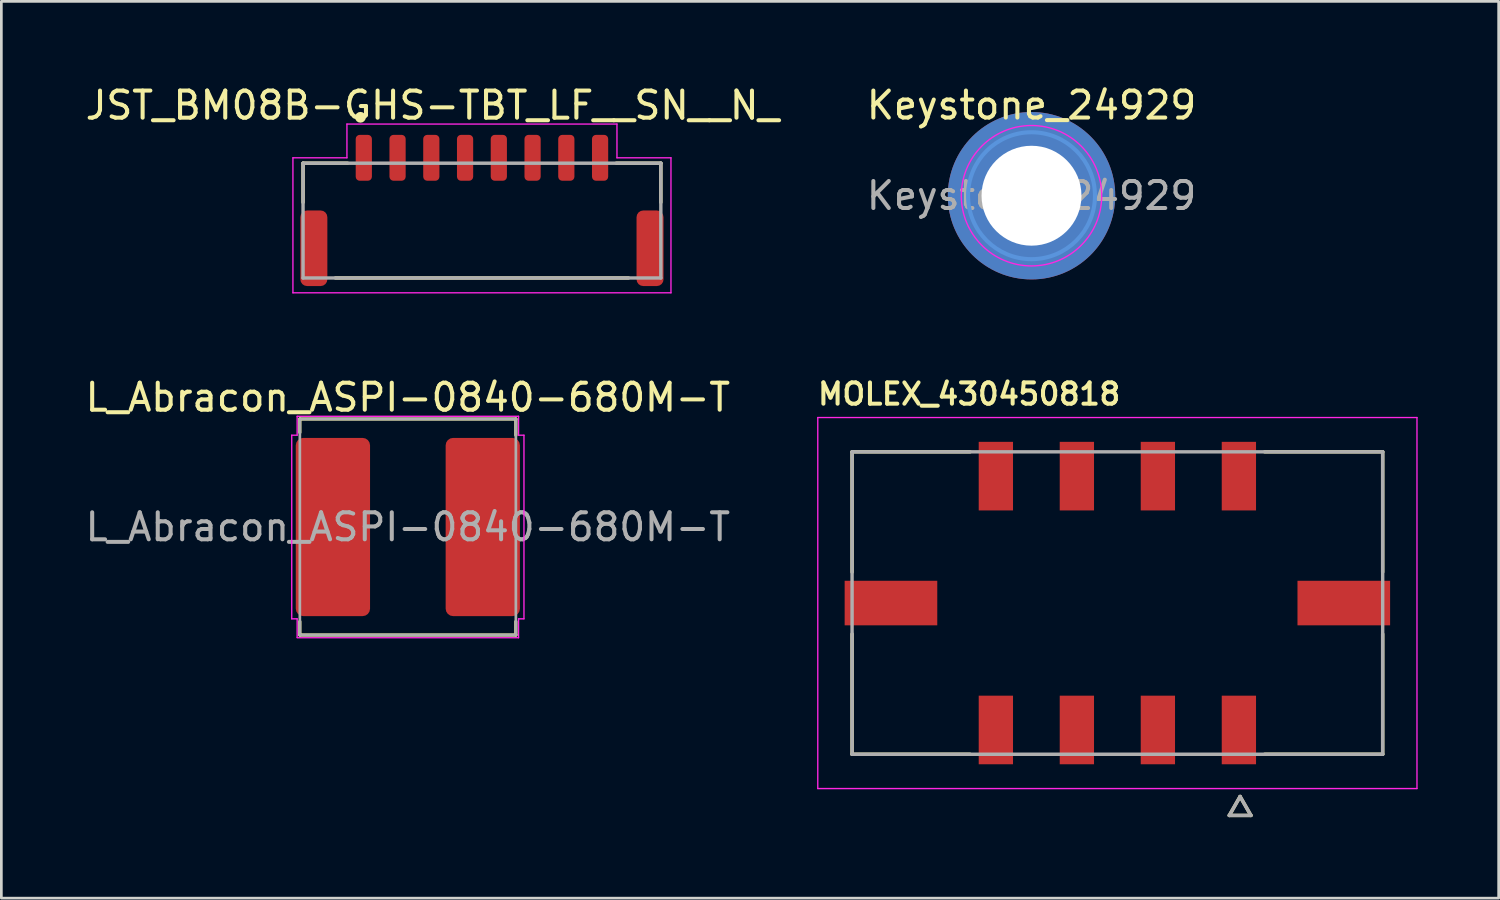
<source format=kicad_pcb>
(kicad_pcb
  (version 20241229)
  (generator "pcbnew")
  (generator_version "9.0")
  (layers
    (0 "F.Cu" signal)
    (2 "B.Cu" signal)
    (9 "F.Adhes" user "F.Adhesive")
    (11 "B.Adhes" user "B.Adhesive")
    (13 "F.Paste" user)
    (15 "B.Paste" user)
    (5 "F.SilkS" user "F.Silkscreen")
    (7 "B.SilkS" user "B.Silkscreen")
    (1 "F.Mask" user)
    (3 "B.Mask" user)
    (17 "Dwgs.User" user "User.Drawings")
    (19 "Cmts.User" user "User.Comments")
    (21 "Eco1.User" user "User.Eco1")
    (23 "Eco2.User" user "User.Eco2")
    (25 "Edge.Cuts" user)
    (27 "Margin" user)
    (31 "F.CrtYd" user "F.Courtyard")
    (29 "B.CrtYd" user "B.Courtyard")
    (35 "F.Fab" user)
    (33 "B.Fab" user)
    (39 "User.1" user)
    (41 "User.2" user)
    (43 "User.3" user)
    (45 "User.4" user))
  (footprint "L_Abracon_ASPI-0840-680M-T"
    (layer "F.Cu")
    (at 12.054 16.467)
    (property "Reference" "L_Abracon_ASPI-0840-680M-T" (at 0 -4.8 0) (layer "F.SilkS") (effects (font (size 1 1) (thickness 0.15))))
    (attr smd)
    (fp_line (start -4 -4) (end -4 -3.5) (stroke (width 0.12) (type solid)) (layer "F.SilkS"))
    (fp_line (start -4 4) (end -4 3.5) (stroke (width 0.12) (type solid)) (layer "F.SilkS"))
    (fp_line (start -4 4) (end 4 4) (stroke (width 0.12) (type solid)) (layer "F.SilkS"))
    (fp_line (start 4 -4) (end -4 -4) (stroke (width 0.12) (type solid)) (layer "F.SilkS"))
    (fp_line (start 4 -4) (end 4 -3.4) (stroke (width 0.12) (type solid)) (layer "F.SilkS"))
    (fp_line (start 4 4) (end 4 3.5) (stroke (width 0.12) (type solid)) (layer "F.SilkS"))
    (fp_line (start -4.3 -3.4) (end -4.3 3.4) (stroke (width 0.05) (type solid)) (layer "F.CrtYd"))
    (fp_line (start -4.3 3.4) (end -4.1 3.4) (stroke (width 0.05) (type solid)) (layer "F.CrtYd"))
    (fp_line (start -4.1 -4.1) (end -4.1 -3.4) (stroke (width 0.05) (type solid)) (layer "F.CrtYd"))
    (fp_line (start -4.1 -3.4) (end -4.3 -3.4) (stroke (width 0.05) (type solid)) (layer "F.CrtYd"))
    (fp_line (start -4.1 3.4) (end -4.1 4.09) (stroke (width 0.05) (type solid)) (layer "F.CrtYd"))
    (fp_line (start -4.1 4.1) (end 4.1 4.1) (stroke (width 0.05) (type solid)) (layer "F.CrtYd"))
    (fp_line (start 4.1 -4.1) (end -4.1 -4.1) (stroke (width 0.05) (type solid)) (layer "F.CrtYd"))
    (fp_line (start 4.1 -3.4) (end 4.1 -4.1) (stroke (width 0.05) (type solid)) (layer "F.CrtYd"))
    (fp_line (start 4.1 3.4) (end 4.3 3.4) (stroke (width 0.05) (type solid)) (layer "F.CrtYd"))
    (fp_line (start 4.1 4.1) (end 4.1 3.4) (stroke (width 0.05) (type solid)) (layer "F.CrtYd"))
    (fp_line (start 4.3 -3.4) (end 4.1 -3.4) (stroke (width 0.05) (type solid)) (layer "F.CrtYd"))
    (fp_line (start 4.3 3.4) (end 4.3 -3.4) (stroke (width 0.05) (type solid)) (layer "F.CrtYd"))
    (fp_line (start -4 -4) (end 4 -4) (stroke (width 0.1) (type solid)) (layer "F.Fab"))
    (fp_line (start -4 4) (end -4 -4) (stroke (width 0.1) (type solid)) (layer "F.Fab"))
    (fp_line (start 4 -4) (end 4 4) (stroke (width 0.1) (type solid)) (layer "F.Fab"))
    (fp_line (start 4 4) (end -4 4) (stroke (width 0.1) (type solid)) (layer "F.Fab"))
    (fp_text user "${REFERENCE}" (at 0 0 0) (layer "F.Fab") (effects (font (size 1 1) (thickness 0.15))))
    (pad "1" smd roundrect (at -2.775 0) (size 2.75 6.6) (layers "F.Cu" "F.Mask" "F.Paste") (roundrect_rratio 0.1))
    (pad "2" smd roundrect (at 2.775 0) (size 2.75 6.6) (layers "F.Cu" "F.Mask" "F.Paste") (roundrect_rratio 0.1)))
  (footprint "Keystone_24929"
    (layer "F.Cu")
    (at 35.15 4.198)
    (property "Reference" "Keystone_24929" (at 0 -3.35 0) (layer "F.SilkS") (effects (font (size 1 1) (thickness 0.15))))
    (fp_circle (center 0 0) (end 2.35 0) (stroke (width 0.15) (type solid)) (fill no) (layer "Cmts.User"))
    (fp_circle (center 0 0) (end 2.6 0) (stroke (width 0.05) (type solid)) (fill no) (layer "F.CrtYd"))
    (fp_text user "${REFERENCE}" (at 0 0 0) (layer "F.Fab") (effects (font (size 1 1) (thickness 0.15))))
    (pad "1" thru_hole circle (at 0 0) (size 6.2 6.2) (drill 3.7) (layers "*.Cu" "*.Mask")))
  (footprint "JST_BM08B-GHS-TBT_LF__SN__N_"
    (layer "F.Cu")
    (at 14.798 2.794)
    (property "Reference" "JST_BM08B-GHS-TBT_LF__SN__N_" (at -1.833 -1.943 0) (layer "F.SilkS") (effects (font (size 1.004 1.004) (thickness 0.15))))
    (attr smd)
    (fp_line (start -6.625 0.2) (end -4.975 0.2) (stroke (width 0.127) (type solid)) (layer "F.SilkS"))
    (fp_line (start -6.625 1.65) (end -6.625 0.2) (stroke (width 0.127) (type solid)) (layer "F.SilkS"))
    (fp_line (start -5.425 4.45) (end 5.425 4.45) (stroke (width 0.127) (type solid)) (layer "F.SilkS"))
    (fp_line (start 4.975 0.2) (end 6.625 0.2) (stroke (width 0.127) (type solid)) (layer "F.SilkS"))
    (fp_line (start 6.625 1.65) (end 6.625 0.2) (stroke (width 0.127) (type solid)) (layer "F.SilkS"))
    (fp_circle (center -4.5 -1.5) (end -4.4 -1.5) (stroke (width 0.2) (type solid)) (fill no) (layer "F.SilkS"))
    (fp_line (start -7 0) (end -7 5) (stroke (width 0.05) (type solid)) (layer "F.CrtYd"))
    (fp_line (start -7 5) (end 7 5) (stroke (width 0.05) (type solid)) (layer "F.CrtYd"))
    (fp_line (start -5 -1.25) (end -5 0) (stroke (width 0.05) (type solid)) (layer "F.CrtYd"))
    (fp_line (start -5 0) (end -7 0) (stroke (width 0.05) (type solid)) (layer "F.CrtYd"))
    (fp_line (start 5 -1.25) (end -5 -1.25) (stroke (width 0.05) (type solid)) (layer "F.CrtYd"))
    (fp_line (start 5 0) (end 5 -1.25) (stroke (width 0.05) (type solid)) (layer "F.CrtYd"))
    (fp_line (start 7 0) (end 5 0) (stroke (width 0.05) (type solid)) (layer "F.CrtYd"))
    (fp_line (start 7 5) (end 7 0) (stroke (width 0.05) (type solid)) (layer "F.CrtYd"))
    (fp_line (start -6.625 0.2) (end 6.625 0.2) (stroke (width 0.127) (type solid)) (layer "F.Fab"))
    (fp_line (start -6.625 4.45) (end -6.625 0.2) (stroke (width 0.127) (type solid)) (layer "F.Fab"))
    (fp_line (start 6.625 0.2) (end 6.625 4.45) (stroke (width 0.127) (type solid)) (layer "F.Fab"))
    (fp_line (start 6.625 4.45) (end -6.625 4.45) (stroke (width 0.127) (type solid)) (layer "F.Fab"))
    (pad "1" smd roundrect (at -4.375 0) (size 0.6 1.7) (layers "F.Cu" "F.Mask" "F.Paste") (roundrect_rratio 0.25))
    (pad "2" smd roundrect (at -3.125 0) (size 0.6 1.7) (layers "F.Cu" "F.Mask" "F.Paste") (roundrect_rratio 0.25))
    (pad "3" smd roundrect (at -1.875 0) (size 0.6 1.7) (layers "F.Cu" "F.Mask" "F.Paste") (roundrect_rratio 0.25))
    (pad "4" smd roundrect (at -0.625 0) (size 0.6 1.7) (layers "F.Cu" "F.Mask" "F.Paste") (roundrect_rratio 0.25))
    (pad "5" smd roundrect (at 0.625 0) (size 0.6 1.7) (layers "F.Cu" "F.Mask" "F.Paste") (roundrect_rratio 0.25))
    (pad "6" smd roundrect (at 1.875 0) (size 0.6 1.7) (layers "F.Cu" "F.Mask" "F.Paste") (roundrect_rratio 0.25))
    (pad "7" smd roundrect (at 3.125 0) (size 0.6 1.7) (layers "F.Cu" "F.Mask" "F.Paste") (roundrect_rratio 0.25))
    (pad "8" smd roundrect (at 4.375 0) (size 0.6 1.7) (layers "F.Cu" "F.Mask" "F.Paste") (roundrect_rratio 0.25))
    (pad "MP" smd roundrect (at -6.225 3.35) (size 1 2.8) (layers "F.Cu" "F.Mask" "F.Paste") (roundrect_rratio 0.25))
    (pad "MP" smd roundrect (at 6.225 3.35) (size 1 2.8) (layers "F.Cu" "F.Mask" "F.Paste") (roundrect_rratio 0.25)))
  (footprint "MOLEX_430450818"
    (layer "F.Cu")
    (at 38.33 19.283)
    (property "Reference" "MOLEX_430450818" (at -5.49 -7.74 0) (layer "F.SilkS") (effects (font (size 0.787 0.787) (thickness 0.15))))
    (attr smd)
    (fp_poly (pts (xy -10.176 -0.901) (xy -6.594 -0.901) (xy -6.594 0.901) (xy -10.176 0.901)) (stroke (width 0.01) (type solid)) (fill yes) (layer "F.Mask"))
    (fp_poly (pts (xy -5.211 -6.046) (xy -3.789 -6.046) (xy -3.789 -3.354) (xy -5.211 -3.354)) (stroke (width 0.01) (type solid)) (fill yes) (layer "F.Mask"))
    (fp_poly (pts (xy -5.211 3.354) (xy -3.789 3.354) (xy -3.789 6.046) (xy -5.211 6.046)) (stroke (width 0.01) (type solid)) (fill yes) (layer "F.Mask"))
    (fp_poly (pts (xy -2.211 -6.046) (xy -0.789 -6.046) (xy -0.789 -3.354) (xy -2.211 -3.354)) (stroke (width 0.01) (type solid)) (fill yes) (layer "F.Mask"))
    (fp_poly (pts (xy -2.211 3.354) (xy -0.789 3.354) (xy -0.789 6.046) (xy -2.211 6.046)) (stroke (width 0.01) (type solid)) (fill yes) (layer "F.Mask"))
    (fp_poly (pts (xy 0.789 -6.046) (xy 2.211 -6.046) (xy 2.211 -3.354) (xy 0.789 -3.354)) (stroke (width 0.01) (type solid)) (fill yes) (layer "F.Mask"))
    (fp_poly (pts (xy 0.789 3.354) (xy 2.211 3.354) (xy 2.211 6.046) (xy 0.789 6.046)) (stroke (width 0.01) (type solid)) (fill yes) (layer "F.Mask"))
    (fp_poly (pts (xy 3.789 -6.046) (xy 5.211 -6.046) (xy 5.211 -3.354) (xy 3.789 -3.354)) (stroke (width 0.01) (type solid)) (fill yes) (layer "F.Mask"))
    (fp_poly (pts (xy 3.789 3.354) (xy 5.211 3.354) (xy 5.211 6.046) (xy 3.789 6.046)) (stroke (width 0.01) (type solid)) (fill yes) (layer "F.Mask"))
    (fp_poly (pts (xy 6.594 -0.901) (xy 10.176 -0.901) (xy 10.176 0.901) (xy 6.594 0.901)) (stroke (width 0.01) (type solid)) (fill yes) (layer "F.Mask"))
    (fp_line (start -9.825 -5.6) (end -9.825 -1.145) (stroke (width 0.127) (type solid)) (layer "F.SilkS"))
    (fp_line (start -9.825 1.145) (end -9.825 5.6) (stroke (width 0.127) (type solid)) (layer "F.SilkS"))
    (fp_line (start -9.825 5.6) (end -5.455 5.6) (stroke (width 0.127) (type solid)) (layer "F.SilkS"))
    (fp_line (start -5.455 -5.6) (end -9.825 -5.6) (stroke (width 0.127) (type solid)) (layer "F.SilkS"))
    (fp_line (start 4.145 7.865) (end 4.945 7.865) (stroke (width 0.127) (type solid)) (layer "F.SilkS"))
    (fp_line (start 4.545 7.165) (end 4.145 7.865) (stroke (width 0.127) (type solid)) (layer "F.SilkS"))
    (fp_line (start 4.945 7.865) (end 4.545 7.165) (stroke (width 0.127) (type solid)) (layer "F.SilkS"))
    (fp_line (start 5.455 5.6) (end 9.825 5.6) (stroke (width 0.127) (type solid)) (layer "F.SilkS"))
    (fp_line (start 9.825 -5.6) (end 5.455 -5.6) (stroke (width 0.127) (type solid)) (layer "F.SilkS"))
    (fp_line (start 9.825 -1.145) (end 9.825 -5.6) (stroke (width 0.127) (type solid)) (layer "F.SilkS"))
    (fp_line (start 9.825 5.6) (end 9.825 1.145) (stroke (width 0.127) (type solid)) (layer "F.SilkS"))
    (fp_line (start -11.095 -6.87) (end -11.095 6.87) (stroke (width 0.05) (type solid)) (layer "F.CrtYd"))
    (fp_line (start -11.095 6.87) (end 11.095 6.87) (stroke (width 0.05) (type solid)) (layer "F.CrtYd"))
    (fp_line (start 11.095 -6.87) (end -11.095 -6.87) (stroke (width 0.05) (type solid)) (layer "F.CrtYd"))
    (fp_line (start 11.095 6.87) (end 11.095 -6.87) (stroke (width 0.05) (type solid)) (layer "F.CrtYd"))
    (fp_line (start -9.825 -5.6) (end 9.825 -5.6) (stroke (width 0.127) (type solid)) (layer "F.Fab"))
    (fp_line (start -9.825 5.6) (end -9.825 -5.6) (stroke (width 0.127) (type solid)) (layer "F.Fab"))
    (fp_line (start 4.145 7.865) (end 4.945 7.865) (stroke (width 0.127) (type solid)) (layer "F.Fab"))
    (fp_line (start 4.545 7.165) (end 4.145 7.865) (stroke (width 0.127) (type solid)) (layer "F.Fab"))
    (fp_line (start 4.945 7.865) (end 4.545 7.165) (stroke (width 0.127) (type solid)) (layer "F.Fab"))
    (fp_line (start 9.825 -5.6) (end 9.825 5.6) (stroke (width 0.127) (type solid)) (layer "F.Fab"))
    (fp_line (start 9.825 5.6) (end -9.825 5.6) (stroke (width 0.127) (type solid)) (layer "F.Fab"))
    (pad "1" smd rect (at 4.5 4.7) (size 1.27 2.54) (layers "F.Cu" "F.Paste"))
    (pad "2" smd rect (at 1.5 4.7) (size 1.27 2.54) (layers "F.Cu" "F.Paste"))
    (pad "3" smd rect (at -1.5 4.7) (size 1.27 2.54) (layers "F.Cu" "F.Paste"))
    (pad "4" smd rect (at -4.5 4.7) (size 1.27 2.54) (layers "F.Cu" "F.Paste"))
    (pad "5" smd rect (at 4.5 -4.7) (size 1.27 2.54) (layers "F.Cu" "F.Paste"))
    (pad "6" smd rect (at 1.5 -4.7) (size 1.27 2.54) (layers "F.Cu" "F.Paste"))
    (pad "7" smd rect (at -1.5 -4.7) (size 1.27 2.54) (layers "F.Cu" "F.Paste"))
    (pad "8" smd rect (at -4.5 -4.7) (size 1.27 2.54) (layers "F.Cu" "F.Paste"))
    (pad "S1" smd rect (at 8.385 0) (size 3.43 1.65) (layers "F.Cu" "F.Paste"))
    (pad "S2" smd rect (at -8.385 0) (size 3.43 1.65) (layers "F.Cu" "F.Paste")))
  (gr_rect
    (start -3 -3)
    (end 52.45 30.211)
    (stroke (width 0.1) (type default))
    (fill no)
    (layer "Edge.Cuts")))
</source>
